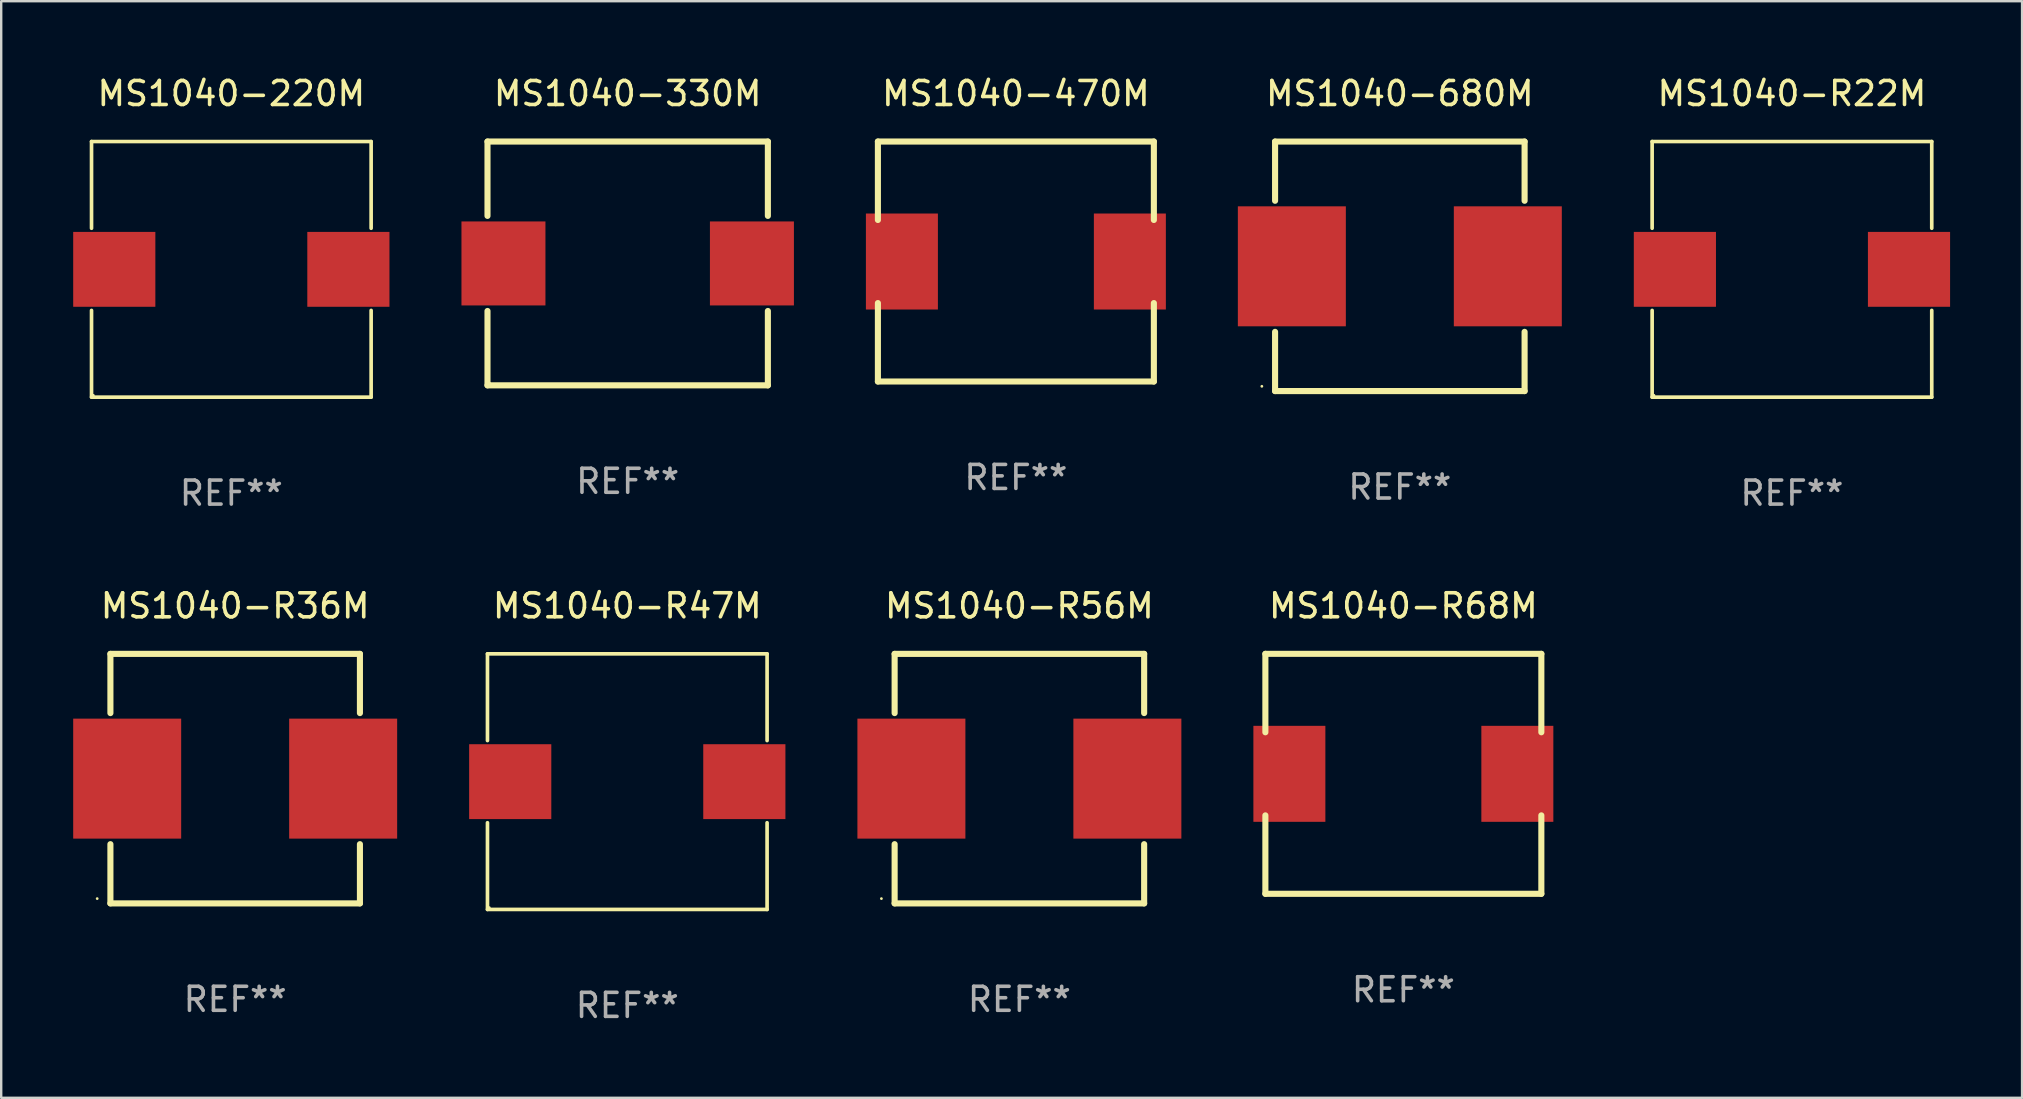
<source format=kicad_pcb>
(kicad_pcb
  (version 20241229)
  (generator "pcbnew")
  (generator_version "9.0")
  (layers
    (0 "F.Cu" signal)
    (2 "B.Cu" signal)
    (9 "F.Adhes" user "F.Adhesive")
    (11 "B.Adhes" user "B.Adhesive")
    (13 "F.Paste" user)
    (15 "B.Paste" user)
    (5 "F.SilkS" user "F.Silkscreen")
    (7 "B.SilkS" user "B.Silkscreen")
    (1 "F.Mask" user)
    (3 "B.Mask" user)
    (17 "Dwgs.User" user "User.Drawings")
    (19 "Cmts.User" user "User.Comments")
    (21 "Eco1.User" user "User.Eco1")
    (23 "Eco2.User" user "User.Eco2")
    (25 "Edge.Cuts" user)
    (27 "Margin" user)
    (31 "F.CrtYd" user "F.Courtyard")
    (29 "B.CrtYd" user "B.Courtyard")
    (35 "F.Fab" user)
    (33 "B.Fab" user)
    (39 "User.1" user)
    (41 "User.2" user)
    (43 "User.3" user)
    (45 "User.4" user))
  (footprint "MS1040-R36M"
    (layer "F.Cu")
    (at 6.75 29.397)
    (property "Reference" "MS1040-R36M" (at 0 -7.199 0) (layer "F.SilkS") (effects (font (size 1 1) (thickness 0.15))))
    (attr through_hole)
    (fp_line (start -5.199 -5.199) (end -5.199 -2.731) (stroke (width 0.254) (type solid)) (layer "F.SilkS"))
    (fp_line (start -5.199 -5.199) (end 5.199 -5.199) (stroke (width 0.254) (type solid)) (layer "F.SilkS"))
    (fp_line (start -5.199 2.731) (end -5.199 5.199) (stroke (width 0.254) (type solid)) (layer "F.SilkS"))
    (fp_line (start -5.199 5.199) (end 5.199 5.199) (stroke (width 0.254) (type solid)) (layer "F.SilkS"))
    (fp_line (start 5.199 -5.199) (end 5.199 -2.731) (stroke (width 0.254) (type solid)) (layer "F.SilkS"))
    (fp_line (start 5.199 2.731) (end 5.199 5.199) (stroke (width 0.254) (type solid)) (layer "F.SilkS"))
    (fp_circle (center -5.75 5) (end -5.72 5) (stroke (width 0.06) (type solid)) (fill no) (layer "F.SilkS"))
    (fp_text user "REF**" (at 0 9.199 0) (layer "F.Fab") (effects (font (size 1 1) (thickness 0.15))))
    (pad "1" smd rect (at -4.5 0) (size 4.5 5) (layers "F.Cu" "F.Mask" "F.Paste"))
    (pad "2" smd rect (at 4.5 0) (size 4.5 5) (layers "F.Cu" "F.Mask" "F.Paste")))
  (footprint "MS1040-R22M"
    (layer "F.Cu")
    (at 71.624 8.174)
    (property "Reference" "MS1040-R22M" (at 0 -7.326 0) (layer "F.SilkS") (effects (font (size 1 1) (thickness 0.15))))
    (attr through_hole)
    (fp_line (start -5.826 -5.326) (end 5.826 -5.326) (stroke (width 0.152) (type solid)) (layer "F.SilkS"))
    (fp_line (start -5.826 -1.712) (end -5.826 -5.326) (stroke (width 0.152) (type solid)) (layer "F.SilkS"))
    (fp_line (start -5.826 1.712) (end -5.826 5.326) (stroke (width 0.152) (type solid)) (layer "F.SilkS"))
    (fp_line (start -5.826 5.326) (end 5.826 5.326) (stroke (width 0.152) (type solid)) (layer "F.SilkS"))
    (fp_line (start 5.826 -5.326) (end 5.826 -1.712) (stroke (width 0.152) (type solid)) (layer "F.SilkS"))
    (fp_line (start 5.826 5.326) (end 5.826 1.712) (stroke (width 0.152) (type solid)) (layer "F.SilkS"))
    (fp_circle (center -5.75 5.25) (end -5.72 5.25) (stroke (width 0.06) (type solid)) (fill no) (layer "F.SilkS"))
    (fp_text user "REF**" (at 0 9.326 0) (layer "F.Fab") (effects (font (size 1 1) (thickness 0.15))))
    (pad "1" smd rect (at 4.878 0) (size 3.424 3.12) (layers "F.Cu" "F.Mask" "F.Paste"))
    (pad "2" smd rect (at -4.878 0) (size 3.424 3.12) (layers "F.Cu" "F.Mask" "F.Paste")))
  (footprint "MS1040-R47M"
    (layer "F.Cu")
    (at 23.09 29.523)
    (property "Reference" "MS1040-R47M" (at 0 -7.326 0) (layer "F.SilkS") (effects (font (size 1 1) (thickness 0.15))))
    (attr through_hole)
    (fp_line (start -5.826 -5.326) (end 5.826 -5.326) (stroke (width 0.152) (type solid)) (layer "F.SilkS"))
    (fp_line (start -5.826 -1.712) (end -5.826 -5.326) (stroke (width 0.152) (type solid)) (layer "F.SilkS"))
    (fp_line (start -5.826 1.712) (end -5.826 5.326) (stroke (width 0.152) (type solid)) (layer "F.SilkS"))
    (fp_line (start -5.826 5.326) (end 5.826 5.326) (stroke (width 0.152) (type solid)) (layer "F.SilkS"))
    (fp_line (start 5.826 -5.326) (end 5.826 -1.712) (stroke (width 0.152) (type solid)) (layer "F.SilkS"))
    (fp_line (start 5.826 5.326) (end 5.826 1.712) (stroke (width 0.152) (type solid)) (layer "F.SilkS"))
    (fp_circle (center -5.75 5.25) (end -5.72 5.25) (stroke (width 0.06) (type solid)) (fill no) (layer "F.SilkS"))
    (fp_text user "REF**" (at 0 9.326 0) (layer "F.Fab") (effects (font (size 1 1) (thickness 0.15))))
    (pad "1" smd rect (at 4.878 0) (size 3.424 3.12) (layers "F.Cu" "F.Mask" "F.Paste"))
    (pad "2" smd rect (at -4.878 0) (size 3.424 3.12) (layers "F.Cu" "F.Mask" "F.Paste")))
  (footprint "MS1040-680M"
    (layer "F.Cu")
    (at 55.284 8.048)
    (property "Reference" "MS1040-680M" (at 0 -7.199 0) (layer "F.SilkS") (effects (font (size 1 1) (thickness 0.15))))
    (attr through_hole)
    (fp_line (start -5.199 -5.199) (end -5.199 -2.731) (stroke (width 0.254) (type solid)) (layer "F.SilkS"))
    (fp_line (start -5.199 -5.199) (end 5.199 -5.199) (stroke (width 0.254) (type solid)) (layer "F.SilkS"))
    (fp_line (start -5.199 2.731) (end -5.199 5.199) (stroke (width 0.254) (type solid)) (layer "F.SilkS"))
    (fp_line (start -5.199 5.199) (end 5.199 5.199) (stroke (width 0.254) (type solid)) (layer "F.SilkS"))
    (fp_line (start 5.199 -5.199) (end 5.199 -2.731) (stroke (width 0.254) (type solid)) (layer "F.SilkS"))
    (fp_line (start 5.199 2.731) (end 5.199 5.199) (stroke (width 0.254) (type solid)) (layer "F.SilkS"))
    (fp_circle (center -5.75 5) (end -5.72 5) (stroke (width 0.06) (type solid)) (fill no) (layer "F.SilkS"))
    (fp_text user "REF**" (at 0 9.199 0) (layer "F.Fab") (effects (font (size 1 1) (thickness 0.15))))
    (pad "1" smd rect (at -4.5 0) (size 4.5 5) (layers "F.Cu" "F.Mask" "F.Paste"))
    (pad "2" smd rect (at 4.5 0) (size 4.5 5) (layers "F.Cu" "F.Mask" "F.Paste")))
  (footprint "MS1040-R68M"
    (layer "F.Cu")
    (at 55.431 29.197)
    (property "Reference" "MS1040-R68M" (at 0 -7 0) (layer "F.SilkS") (effects (font (size 1 1) (thickness 0.15))))
    (attr through_hole)
    (fp_line (start -5.75 -5) (end -5.75 -1.731) (stroke (width 0.254) (type solid)) (layer "F.SilkS"))
    (fp_line (start -5.75 -5) (end 5.75 -5) (stroke (width 0.254) (type solid)) (layer "F.SilkS"))
    (fp_line (start -5.75 1.731) (end -5.75 5) (stroke (width 0.254) (type solid)) (layer "F.SilkS"))
    (fp_line (start 5.75 -1.731) (end 5.75 -5) (stroke (width 0.254) (type solid)) (layer "F.SilkS"))
    (fp_line (start 5.75 5) (end -5.75 5) (stroke (width 0.254) (type solid)) (layer "F.SilkS"))
    (fp_line (start 5.75 5) (end 5.75 1.731) (stroke (width 0.254) (type solid)) (layer "F.SilkS"))
    (fp_circle (center -5.75 5) (end -5.72 5) (stroke (width 0.06) (type solid)) (fill no) (layer "F.SilkS"))
    (fp_text user "REF**" (at 0 9 0) (layer "F.Fab") (effects (font (size 1 1) (thickness 0.15))))
    (pad "1" smd rect (at -4.75 0) (size 3 4) (layers "F.Cu" "F.Mask" "F.Paste"))
    (pad "2" smd rect (at 4.75 0) (size 3 4) (layers "F.Cu" "F.Mask" "F.Paste")))
  (footprint "MS1040-220M"
    (layer "F.Cu")
    (at 6.59 8.174)
    (property "Reference" "MS1040-220M" (at 0 -7.326 0) (layer "F.SilkS") (effects (font (size 1 1) (thickness 0.15))))
    (attr through_hole)
    (fp_line (start -5.826 -5.326) (end 5.826 -5.326) (stroke (width 0.152) (type solid)) (layer "F.SilkS"))
    (fp_line (start -5.826 -1.712) (end -5.826 -5.326) (stroke (width 0.152) (type solid)) (layer "F.SilkS"))
    (fp_line (start -5.826 1.712) (end -5.826 5.326) (stroke (width 0.152) (type solid)) (layer "F.SilkS"))
    (fp_line (start -5.826 5.326) (end 5.826 5.326) (stroke (width 0.152) (type solid)) (layer "F.SilkS"))
    (fp_line (start 5.826 -5.326) (end 5.826 -1.712) (stroke (width 0.152) (type solid)) (layer "F.SilkS"))
    (fp_line (start 5.826 5.326) (end 5.826 1.712) (stroke (width 0.152) (type solid)) (layer "F.SilkS"))
    (fp_circle (center -5.75 5.25) (end -5.72 5.25) (stroke (width 0.06) (type solid)) (fill no) (layer "F.SilkS"))
    (fp_text user "REF**" (at 0 9.326 0) (layer "F.Fab") (effects (font (size 1 1) (thickness 0.15))))
    (pad "1" smd rect (at 4.878 0) (size 3.424 3.12) (layers "F.Cu" "F.Mask" "F.Paste"))
    (pad "2" smd rect (at -4.878 0) (size 3.424 3.12) (layers "F.Cu" "F.Mask" "F.Paste")))
  (footprint "MS1040-330M"
    (layer "F.Cu")
    (at 23.107 7.928)
    (property "Reference" "MS1040-330M" (at 0 -7.08 0) (layer "F.SilkS") (effects (font (size 1 1) (thickness 0.15))))
    (attr through_hole)
    (fp_line (start -5.842 -5.08) (end -5.842 -1.981) (stroke (width 0.254) (type solid)) (layer "F.SilkS"))
    (fp_line (start -5.842 1.981) (end -5.842 5.08) (stroke (width 0.254) (type solid)) (layer "F.SilkS"))
    (fp_line (start -5.842 5.08) (end 5.842 5.08) (stroke (width 0.254) (type solid)) (layer "F.SilkS"))
    (fp_line (start 5.842 -5.08) (end -5.842 -5.08) (stroke (width 0.254) (type solid)) (layer "F.SilkS"))
    (fp_line (start 5.842 -1.981) (end 5.842 -5.08) (stroke (width 0.254) (type solid)) (layer "F.SilkS"))
    (fp_line (start 5.842 5.08) (end 5.842 1.981) (stroke (width 0.254) (type solid)) (layer "F.SilkS"))
    (fp_circle (center -5.75 5) (end -5.72 5) (stroke (width 0.06) (type solid)) (fill no) (layer "F.SilkS"))
    (fp_text user "REF**" (at 0 9.08 0) (layer "F.Fab") (effects (font (size 1 1) (thickness 0.15))))
    (pad "1" smd rect (at -5.177 0) (size 3.5 3.5) (layers "F.Cu" "F.Mask" "F.Paste"))
    (pad "2" smd rect (at 5.177 0) (size 3.5 3.5) (layers "F.Cu" "F.Mask" "F.Paste")))
  (footprint "MS1040-470M"
    (layer "F.Cu")
    (at 39.284 7.848)
    (property "Reference" "MS1040-470M" (at 0 -7 0) (layer "F.SilkS") (effects (font (size 1 1) (thickness 0.15))))
    (attr through_hole)
    (fp_line (start -5.75 -5) (end -5.75 -1.731) (stroke (width 0.254) (type solid)) (layer "F.SilkS"))
    (fp_line (start -5.75 -5) (end 5.75 -5) (stroke (width 0.254) (type solid)) (layer "F.SilkS"))
    (fp_line (start -5.75 1.731) (end -5.75 5) (stroke (width 0.254) (type solid)) (layer "F.SilkS"))
    (fp_line (start 5.75 -1.731) (end 5.75 -5) (stroke (width 0.254) (type solid)) (layer "F.SilkS"))
    (fp_line (start 5.75 5) (end -5.75 5) (stroke (width 0.254) (type solid)) (layer "F.SilkS"))
    (fp_line (start 5.75 5) (end 5.75 1.731) (stroke (width 0.254) (type solid)) (layer "F.SilkS"))
    (fp_circle (center -5.75 5) (end -5.72 5) (stroke (width 0.06) (type solid)) (fill no) (layer "F.SilkS"))
    (fp_text user "REF**" (at 0 9 0) (layer "F.Fab") (effects (font (size 1 1) (thickness 0.15))))
    (pad "1" smd rect (at -4.75 0) (size 3 4) (layers "F.Cu" "F.Mask" "F.Paste"))
    (pad "2" smd rect (at 4.75 0) (size 3 4) (layers "F.Cu" "F.Mask" "F.Paste")))
  (footprint "MS1040-R56M"
    (layer "F.Cu")
    (at 39.43 29.397)
    (property "Reference" "MS1040-R56M" (at 0 -7.199 0) (layer "F.SilkS") (effects (font (size 1 1) (thickness 0.15))))
    (attr through_hole)
    (fp_line (start -5.199 -5.199) (end -5.199 -2.731) (stroke (width 0.254) (type solid)) (layer "F.SilkS"))
    (fp_line (start -5.199 -5.199) (end 5.199 -5.199) (stroke (width 0.254) (type solid)) (layer "F.SilkS"))
    (fp_line (start -5.199 2.731) (end -5.199 5.199) (stroke (width 0.254) (type solid)) (layer "F.SilkS"))
    (fp_line (start -5.199 5.199) (end 5.199 5.199) (stroke (width 0.254) (type solid)) (layer "F.SilkS"))
    (fp_line (start 5.199 -5.199) (end 5.199 -2.731) (stroke (width 0.254) (type solid)) (layer "F.SilkS"))
    (fp_line (start 5.199 2.731) (end 5.199 5.199) (stroke (width 0.254) (type solid)) (layer "F.SilkS"))
    (fp_circle (center -5.75 5) (end -5.72 5) (stroke (width 0.06) (type solid)) (fill no) (layer "F.SilkS"))
    (fp_text user "REF**" (at 0 9.199 0) (layer "F.Fab") (effects (font (size 1 1) (thickness 0.15))))
    (pad "1" smd rect (at -4.5 0) (size 4.5 5) (layers "F.Cu" "F.Mask" "F.Paste"))
    (pad "2" smd rect (at 4.5 0) (size 4.5 5) (layers "F.Cu" "F.Mask" "F.Paste")))
  (gr_rect
    (start -3 -3)
    (end 81.214 42.698)
    (stroke (width 0.1) (type default))
    (fill no)
    (layer "Edge.Cuts")))
</source>
